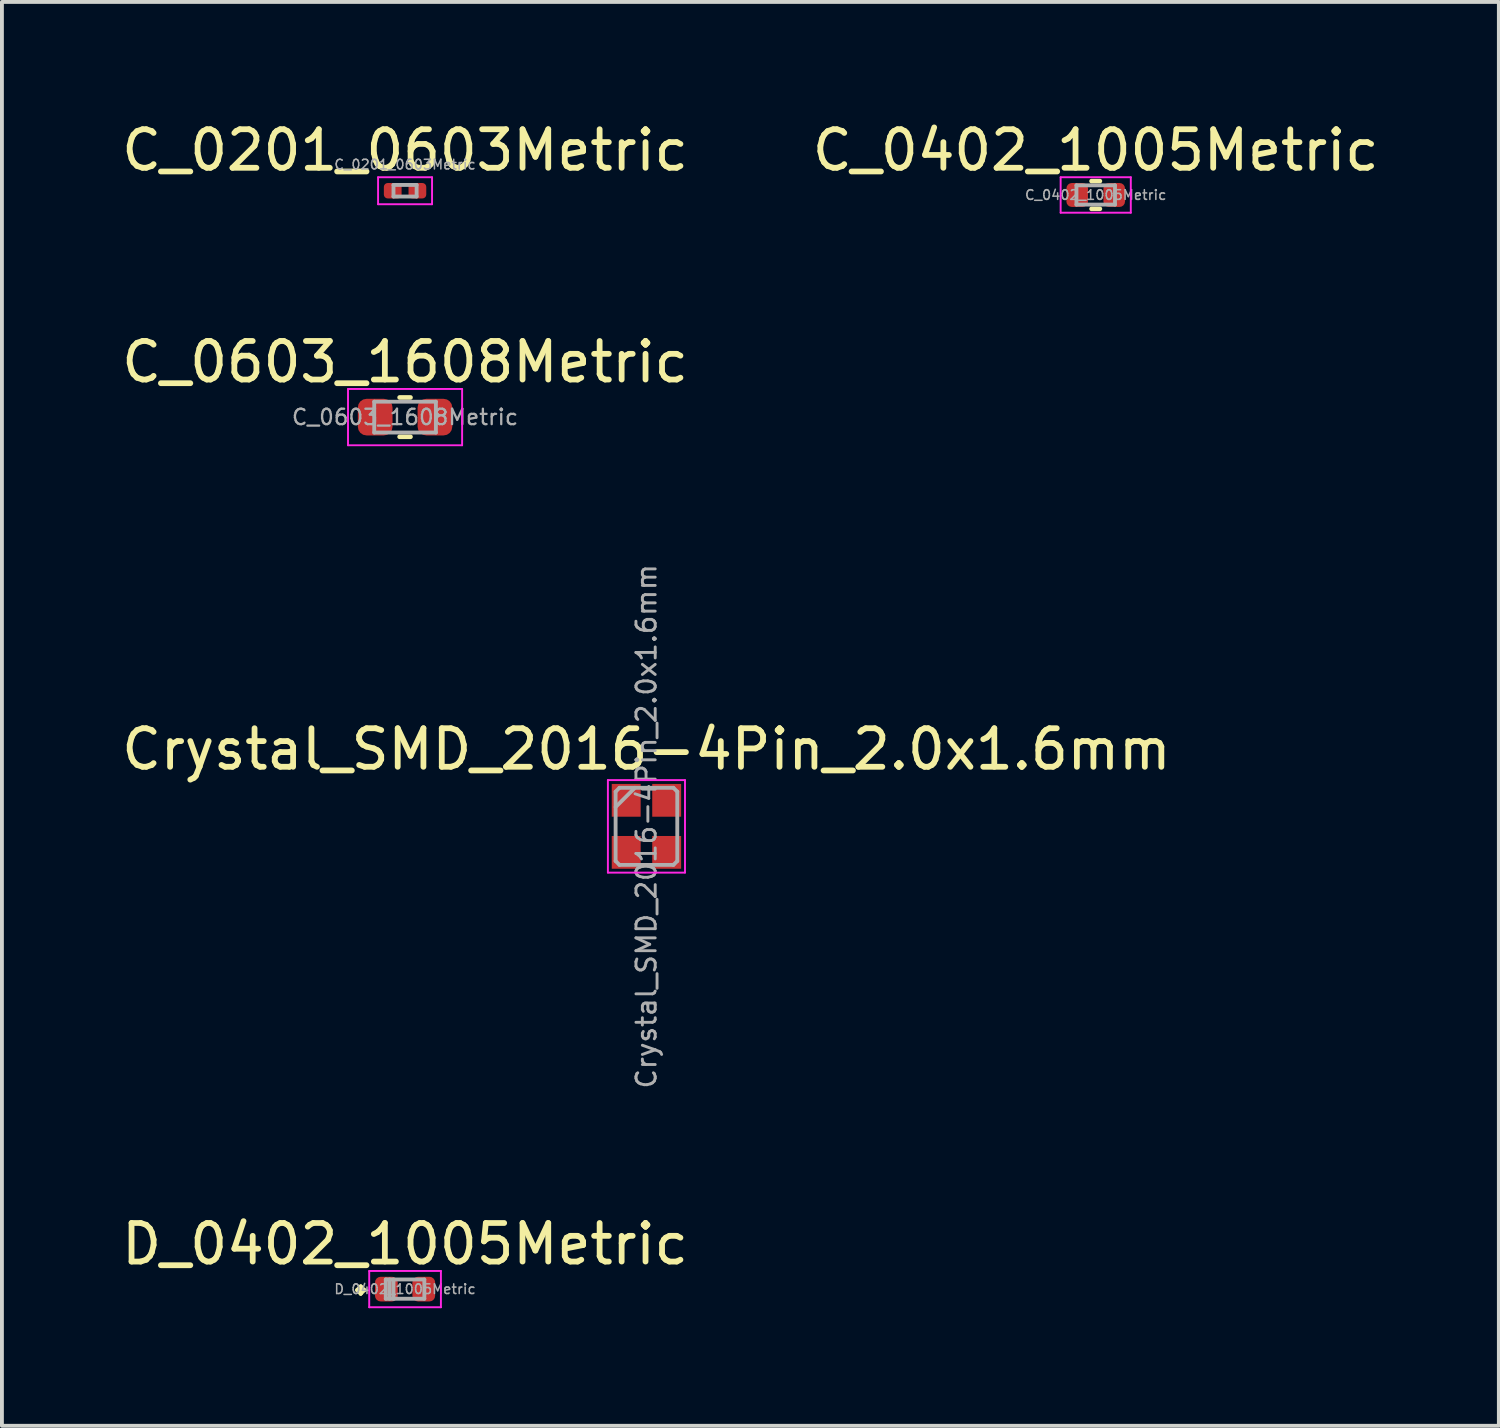
<source format=kicad_pcb>
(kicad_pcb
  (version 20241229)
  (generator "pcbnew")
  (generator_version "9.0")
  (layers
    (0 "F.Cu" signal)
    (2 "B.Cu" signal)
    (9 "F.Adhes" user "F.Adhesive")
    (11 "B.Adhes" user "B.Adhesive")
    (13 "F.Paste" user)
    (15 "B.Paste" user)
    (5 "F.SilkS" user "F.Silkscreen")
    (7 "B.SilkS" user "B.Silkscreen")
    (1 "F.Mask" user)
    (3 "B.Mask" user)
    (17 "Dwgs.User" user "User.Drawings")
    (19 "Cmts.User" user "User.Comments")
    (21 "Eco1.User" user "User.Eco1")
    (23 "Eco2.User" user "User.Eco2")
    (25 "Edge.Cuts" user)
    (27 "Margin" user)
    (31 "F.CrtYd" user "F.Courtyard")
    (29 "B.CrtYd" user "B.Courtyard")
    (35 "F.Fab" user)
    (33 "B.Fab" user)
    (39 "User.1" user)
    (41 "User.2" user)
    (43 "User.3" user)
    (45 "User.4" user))
  (footprint "Crystal_SMD_2016-4Pin_2.0x1.6mm"
    (layer "F.Cu")
    (at 13.72 18.387)
    (property "Reference" "Crystal_SMD_2016-4Pin_2.0x1.6mm" (at 0 -2 0) (layer "F.SilkS") (effects (font (size 1 1) (thickness 0.15))))
    (attr smd)
    (fp_line (start -1 -1.2) (end -1 1.2) (stroke (width 0.05) (type solid)) (layer "F.CrtYd"))
    (fp_line (start -1 1.2) (end 1 1.2) (stroke (width 0.05) (type solid)) (layer "F.CrtYd"))
    (fp_line (start 1 -1.2) (end -1 -1.2) (stroke (width 0.05) (type solid)) (layer "F.CrtYd"))
    (fp_line (start 1 1.2) (end 1 -1.2) (stroke (width 0.05) (type solid)) (layer "F.CrtYd"))
    (fp_line (start -0.8 -0.9) (end -0.7 -1) (stroke (width 0.1) (type solid)) (layer "F.Fab"))
    (fp_line (start -0.8 0.9) (end -0.8 -0.9) (stroke (width 0.1) (type solid)) (layer "F.Fab"))
    (fp_line (start -0.7 -1) (end 0.7 -1) (stroke (width 0.1) (type solid)) (layer "F.Fab"))
    (fp_line (start -0.7 1) (end -0.8 0.9) (stroke (width 0.1) (type solid)) (layer "F.Fab"))
    (fp_line (start -0.3 -1) (end -0.8 -0.5) (stroke (width 0.1) (type solid)) (layer "F.Fab"))
    (fp_line (start 0.7 -1) (end 0.8 -0.9) (stroke (width 0.1) (type solid)) (layer "F.Fab"))
    (fp_line (start 0.7 1) (end -0.7 1) (stroke (width 0.1) (type solid)) (layer "F.Fab"))
    (fp_line (start 0.8 -0.9) (end 0.8 0.9) (stroke (width 0.1) (type solid)) (layer "F.Fab"))
    (fp_line (start 0.8 0.9) (end 0.7 1) (stroke (width 0.1) (type solid)) (layer "F.Fab"))
    (fp_text user "${REFERENCE}" (at 0 0 270) (layer "F.Fab") (effects (font (size 0.5 0.5) (thickness 0.075))))
    (pad "1" smd rect (at -0.525 -0.675 270) (size 0.85 0.75) (layers "F.Cu" "F.Mask" "F.Paste"))
    (pad "2" smd rect (at -0.525 0.675 270) (size 0.85 0.75) (layers "F.Cu" "F.Mask" "F.Paste"))
    (pad "3" smd rect (at 0.525 0.675 270) (size 0.85 0.75) (layers "F.Cu" "F.Mask" "F.Paste"))
    (pad "4" smd rect (at 0.525 -0.675 270) (size 0.85 0.75) (layers "F.Cu" "F.Mask" "F.Paste")))
  (footprint "C_0402_1005Metric"
    (layer "F.Cu")
    (at 25.375 2.008)
    (property "Reference" "C_0402_1005Metric" (at 0 -1.16 0) (layer "F.SilkS") (effects (font (size 1 1) (thickness 0.15))))
    (attr smd)
    (fp_line (start -0.108 -0.36) (end 0.108 -0.36) (stroke (width 0.12) (type solid)) (layer "F.SilkS"))
    (fp_line (start -0.108 0.36) (end 0.108 0.36) (stroke (width 0.12) (type solid)) (layer "F.SilkS"))
    (fp_line (start -0.91 -0.46) (end 0.91 -0.46) (stroke (width 0.05) (type solid)) (layer "F.CrtYd"))
    (fp_line (start -0.91 0.46) (end -0.91 -0.46) (stroke (width 0.05) (type solid)) (layer "F.CrtYd"))
    (fp_line (start 0.91 -0.46) (end 0.91 0.46) (stroke (width 0.05) (type solid)) (layer "F.CrtYd"))
    (fp_line (start 0.91 0.46) (end -0.91 0.46) (stroke (width 0.05) (type solid)) (layer "F.CrtYd"))
    (fp_line (start -0.5 -0.25) (end 0.5 -0.25) (stroke (width 0.1) (type solid)) (layer "F.Fab"))
    (fp_line (start -0.5 0.25) (end -0.5 -0.25) (stroke (width 0.1) (type solid)) (layer "F.Fab"))
    (fp_line (start 0.5 -0.25) (end 0.5 0.25) (stroke (width 0.1) (type solid)) (layer "F.Fab"))
    (fp_line (start 0.5 0.25) (end -0.5 0.25) (stroke (width 0.1) (type solid)) (layer "F.Fab"))
    (fp_text user "${REFERENCE}" (at 0 0 0) (layer "F.Fab") (effects (font (size 0.25 0.25) (thickness 0.04))))
    (pad "1" smd roundrect (at -0.48 0) (size 0.56 0.62) (layers "F.Cu" "F.Mask" "F.Paste") (roundrect_rratio 0.25))
    (pad "2" smd roundrect (at 0.48 0) (size 0.56 0.62) (layers "F.Cu" "F.Mask" "F.Paste") (roundrect_rratio 0.25)))
  (footprint "C_0603_1608Metric"
    (layer "F.Cu")
    (at 7.458 7.771)
    (property "Reference" "C_0603_1608Metric" (at 0 -1.43 0) (layer "F.SilkS") (effects (font (size 1 1) (thickness 0.15))))
    (attr smd)
    (fp_line (start -0.141 -0.51) (end 0.141 -0.51) (stroke (width 0.12) (type solid)) (layer "F.SilkS"))
    (fp_line (start -0.141 0.51) (end 0.141 0.51) (stroke (width 0.12) (type solid)) (layer "F.SilkS"))
    (fp_line (start -1.48 -0.73) (end 1.48 -0.73) (stroke (width 0.05) (type solid)) (layer "F.CrtYd"))
    (fp_line (start -1.48 0.73) (end -1.48 -0.73) (stroke (width 0.05) (type solid)) (layer "F.CrtYd"))
    (fp_line (start 1.48 -0.73) (end 1.48 0.73) (stroke (width 0.05) (type solid)) (layer "F.CrtYd"))
    (fp_line (start 1.48 0.73) (end -1.48 0.73) (stroke (width 0.05) (type solid)) (layer "F.CrtYd"))
    (fp_line (start -0.8 -0.4) (end 0.8 -0.4) (stroke (width 0.1) (type solid)) (layer "F.Fab"))
    (fp_line (start -0.8 0.4) (end -0.8 -0.4) (stroke (width 0.1) (type solid)) (layer "F.Fab"))
    (fp_line (start 0.8 -0.4) (end 0.8 0.4) (stroke (width 0.1) (type solid)) (layer "F.Fab"))
    (fp_line (start 0.8 0.4) (end -0.8 0.4) (stroke (width 0.1) (type solid)) (layer "F.Fab"))
    (fp_text user "${REFERENCE}" (at 0 0 0) (layer "F.Fab") (effects (font (size 0.4 0.4) (thickness 0.06))))
    (pad "1" smd roundrect (at -0.775 0) (size 0.9 0.95) (layers "F.Cu" "F.Mask" "F.Paste") (roundrect_rratio 0.25))
    (pad "2" smd roundrect (at 0.775 0) (size 0.9 0.95) (layers "F.Cu" "F.Mask" "F.Paste") (roundrect_rratio 0.25)))
  (footprint "C_0201_0603Metric"
    (layer "F.Cu")
    (at 7.458 1.898)
    (property "Reference" "C_0201_0603Metric" (at 0 -1.05 0) (layer "F.SilkS") (effects (font (size 1 1) (thickness 0.15))))
    (attr smd)
    (fp_line (start -0.7 -0.35) (end 0.7 -0.35) (stroke (width 0.05) (type solid)) (layer "F.CrtYd"))
    (fp_line (start -0.7 0.35) (end -0.7 -0.35) (stroke (width 0.05) (type solid)) (layer "F.CrtYd"))
    (fp_line (start 0.7 -0.35) (end 0.7 0.35) (stroke (width 0.05) (type solid)) (layer "F.CrtYd"))
    (fp_line (start 0.7 0.35) (end -0.7 0.35) (stroke (width 0.05) (type solid)) (layer "F.CrtYd"))
    (fp_line (start -0.3 -0.15) (end 0.3 -0.15) (stroke (width 0.1) (type solid)) (layer "F.Fab"))
    (fp_line (start -0.3 0.15) (end -0.3 -0.15) (stroke (width 0.1) (type solid)) (layer "F.Fab"))
    (fp_line (start 0.3 -0.15) (end 0.3 0.15) (stroke (width 0.1) (type solid)) (layer "F.Fab"))
    (fp_line (start 0.3 0.15) (end -0.3 0.15) (stroke (width 0.1) (type solid)) (layer "F.Fab"))
    (fp_text user "${REFERENCE}" (at 0 -0.68 0) (layer "F.Fab") (effects (font (size 0.25 0.25) (thickness 0.04))))
    (pad "" smd roundrect (at -0.345 0) (size 0.318 0.36) (layers "F.Paste") (roundrect_rratio 0.25))
    (pad "" smd roundrect (at 0.345 0) (size 0.318 0.36) (layers "F.Paste") (roundrect_rratio 0.25))
    (pad "1" smd roundrect (at -0.32 0) (size 0.46 0.4) (layers "F.Cu" "F.Mask") (roundrect_rratio 0.25))
    (pad "2" smd roundrect (at 0.32 0) (size 0.46 0.4) (layers "F.Cu" "F.Mask") (roundrect_rratio 0.25)))
  (footprint "D_0402_1005Metric"
    (layer "F.Cu")
    (at 7.458 30.392)
    (property "Reference" "D_0402_1005Metric" (at 0 -1.17 0) (layer "F.SilkS") (effects (font (size 1 1) (thickness 0.15))))
    (attr smd)
    (fp_line (start -0.93 -0.47) (end 0.93 -0.47) (stroke (width 0.05) (type solid)) (layer "F.CrtYd"))
    (fp_line (start -0.93 0.47) (end -0.93 -0.47) (stroke (width 0.05) (type solid)) (layer "F.CrtYd"))
    (fp_line (start 0.93 -0.47) (end 0.93 0.47) (stroke (width 0.05) (type solid)) (layer "F.CrtYd"))
    (fp_line (start 0.93 0.47) (end -0.93 0.47) (stroke (width 0.05) (type solid)) (layer "F.CrtYd"))
    (fp_line (start -0.5 -0.25) (end 0.5 -0.25) (stroke (width 0.1) (type solid)) (layer "F.Fab"))
    (fp_line (start -0.5 0.25) (end -0.5 -0.25) (stroke (width 0.1) (type solid)) (layer "F.Fab"))
    (fp_line (start -0.4 0.25) (end -0.4 -0.25) (stroke (width 0.1) (type solid)) (layer "F.Fab"))
    (fp_line (start -0.3 0.25) (end -0.3 -0.25) (stroke (width 0.1) (type solid)) (layer "F.Fab"))
    (fp_line (start 0.5 -0.25) (end 0.5 0.25) (stroke (width 0.1) (type solid)) (layer "F.Fab"))
    (fp_line (start 0.5 0.25) (end -0.5 0.25) (stroke (width 0.1) (type solid)) (layer "F.Fab"))
    (fp_text user "." (at -1.15 -0.8 0) (unlocked yes) (layer "F.SilkS") (effects (font (size 2 2) (thickness 0.1))))
    (fp_text user "${REFERENCE}" (at 0 0 0) (layer "F.Fab") (effects (font (size 0.25 0.25) (thickness 0.04))))
    (pad "1" smd roundrect (at -0.485 0) (size 0.59 0.64) (layers "F.Cu" "F.Mask" "F.Paste") (roundrect_rratio 0.25))
    (pad "2" smd roundrect (at 0.485 0) (size 0.59 0.64) (layers "F.Cu" "F.Mask" "F.Paste") (roundrect_rratio 0.25)))
  (gr_rect
    (start -3 -3)
    (end 35.833 33.938)
    (stroke (width 0.1) (type default))
    (fill no)
    (layer "Edge.Cuts")))
</source>
